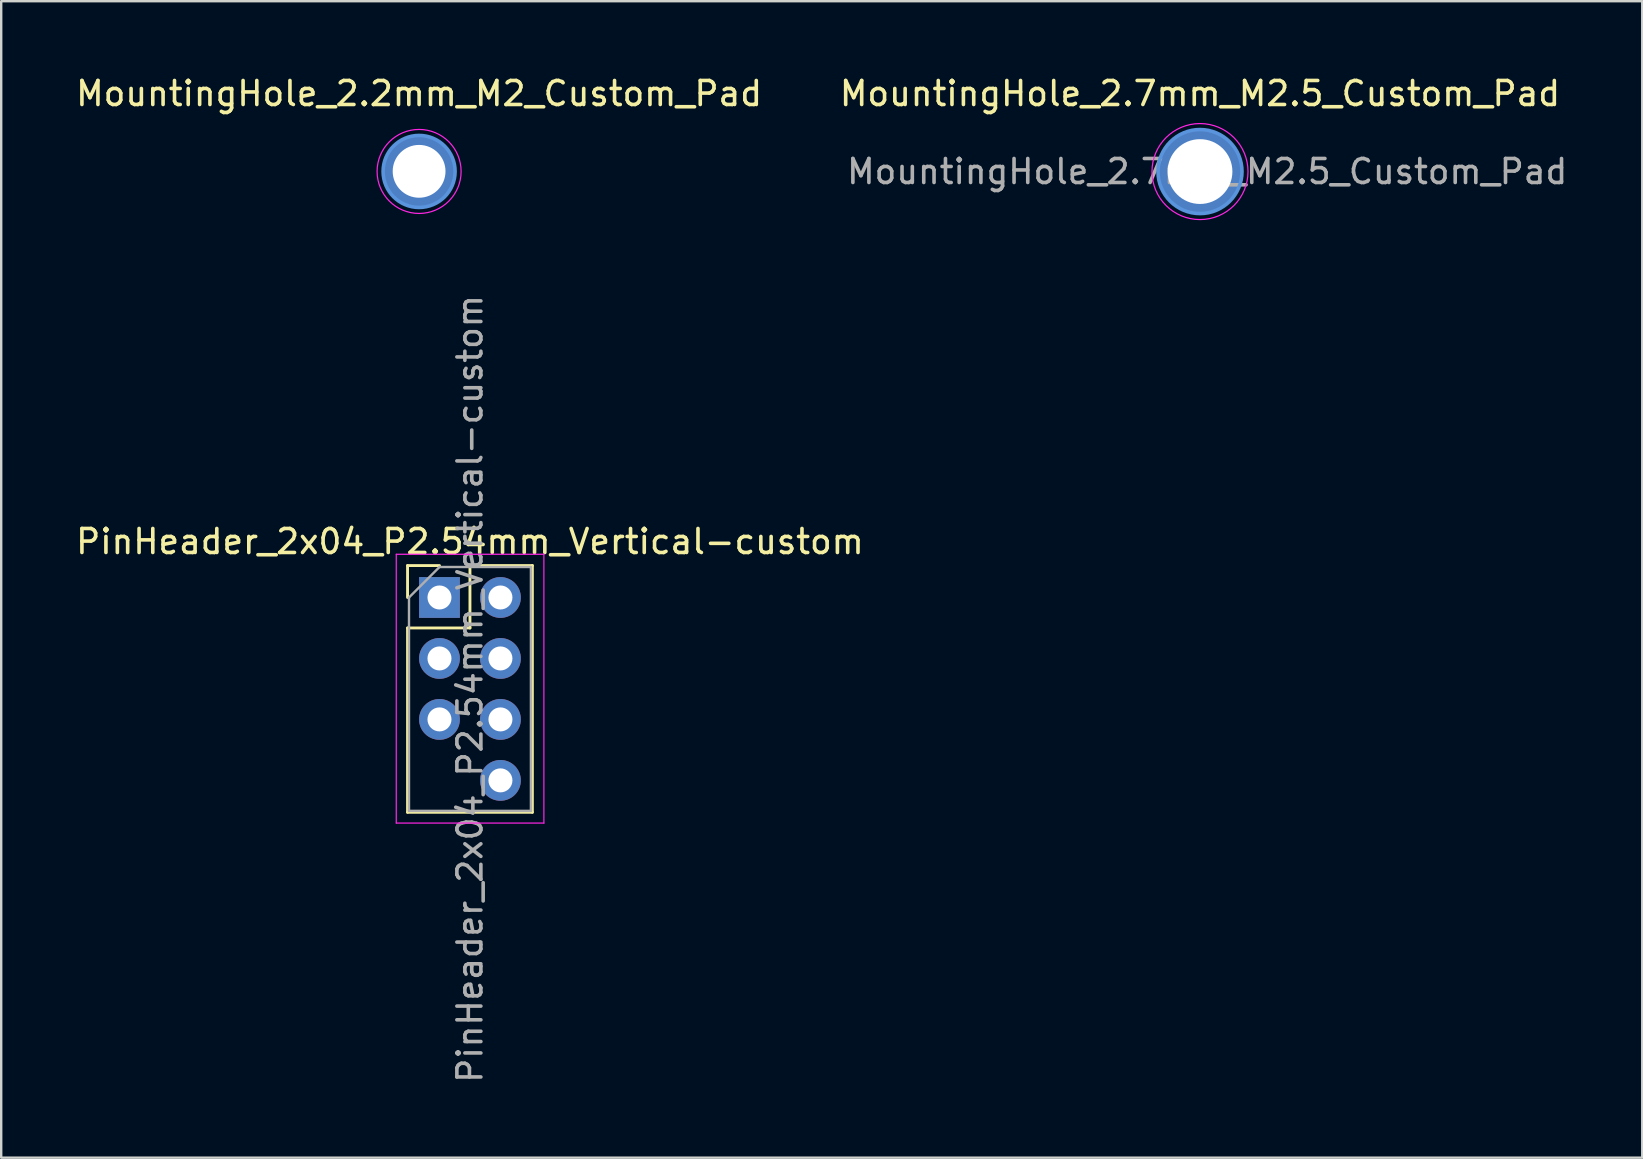
<source format=kicad_pcb>
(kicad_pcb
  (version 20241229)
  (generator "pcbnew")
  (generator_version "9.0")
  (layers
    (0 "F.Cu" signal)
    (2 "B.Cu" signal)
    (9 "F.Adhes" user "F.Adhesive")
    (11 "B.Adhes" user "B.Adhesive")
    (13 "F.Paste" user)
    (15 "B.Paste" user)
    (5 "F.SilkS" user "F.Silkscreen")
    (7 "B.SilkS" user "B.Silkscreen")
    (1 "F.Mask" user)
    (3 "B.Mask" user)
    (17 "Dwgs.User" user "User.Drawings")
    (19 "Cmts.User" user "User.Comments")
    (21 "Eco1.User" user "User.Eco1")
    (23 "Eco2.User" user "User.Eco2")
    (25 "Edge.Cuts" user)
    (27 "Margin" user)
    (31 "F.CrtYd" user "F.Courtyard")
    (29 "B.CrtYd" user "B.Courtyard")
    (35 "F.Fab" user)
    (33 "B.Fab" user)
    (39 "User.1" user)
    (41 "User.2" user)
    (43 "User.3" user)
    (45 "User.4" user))
  (footprint "MountingHole_2.2mm_M2_Custom_Pad"
    (layer "F.Cu")
    (at 14.411 4.093)
    (property "Reference" "MountingHole_2.2mm_M2_Custom_Pad" (at 0 -3.245 0) (layer "F.SilkS") (effects (font (size 1 1) (thickness 0.15))))
    (attr exclude_from_pos_files exclude_from_bom)
    (fp_circle (center 0 0) (end 1.5 0) (stroke (width 0.15) (type solid)) (fill no) (layer "Cmts.User"))
    (fp_circle (center 0 0) (end 1.75 0) (stroke (width 0.05) (type solid)) (fill no) (layer "F.CrtYd"))
    (pad "1" thru_hole circle (at 0 -0.005) (size 3 3) (drill 2.2) (layers "*.Cu" "*.Mask")))
  (footprint "PinHeader_2x04_P2.54mm_Vertical-custom"
    (layer "F.Cu")
    (at 15.26 21.843)
    (property "Reference" "PinHeader_2x04_P2.54mm_Vertical-custom" (at 1.27 -2.33 0) (layer "F.SilkS") (effects (font (size 1 1) (thickness 0.15))))
    (attr through_hole)
    (fp_line (start -1.33 -1.33) (end 0 -1.33) (stroke (width 0.12) (type solid)) (layer "F.SilkS"))
    (fp_line (start -1.33 0) (end -1.33 -1.33) (stroke (width 0.12) (type solid)) (layer "F.SilkS"))
    (fp_line (start -1.33 1.27) (end -1.33 8.95) (stroke (width 0.12) (type solid)) (layer "F.SilkS"))
    (fp_line (start -1.33 1.27) (end 1.27 1.27) (stroke (width 0.12) (type solid)) (layer "F.SilkS"))
    (fp_line (start -1.33 8.95) (end 3.87 8.95) (stroke (width 0.12) (type solid)) (layer "F.SilkS"))
    (fp_line (start 1.27 -1.33) (end 3.87 -1.33) (stroke (width 0.12) (type solid)) (layer "F.SilkS"))
    (fp_line (start 1.27 1.27) (end 1.27 -1.33) (stroke (width 0.12) (type solid)) (layer "F.SilkS"))
    (fp_line (start 3.87 -1.33) (end 3.87 8.95) (stroke (width 0.12) (type solid)) (layer "F.SilkS"))
    (fp_line (start -1.8 -1.8) (end -1.8 9.4) (stroke (width 0.05) (type solid)) (layer "F.CrtYd"))
    (fp_line (start -1.8 9.4) (end 4.35 9.4) (stroke (width 0.05) (type solid)) (layer "F.CrtYd"))
    (fp_line (start 4.35 -1.8) (end -1.8 -1.8) (stroke (width 0.05) (type solid)) (layer "F.CrtYd"))
    (fp_line (start 4.35 9.4) (end 4.35 -1.8) (stroke (width 0.05) (type solid)) (layer "F.CrtYd"))
    (fp_line (start -1.27 0) (end 0 -1.27) (stroke (width 0.1) (type solid)) (layer "F.Fab"))
    (fp_line (start -1.27 8.89) (end -1.27 0) (stroke (width 0.1) (type solid)) (layer "F.Fab"))
    (fp_line (start 0 -1.27) (end 3.81 -1.27) (stroke (width 0.1) (type solid)) (layer "F.Fab"))
    (fp_line (start 3.81 -1.27) (end 3.81 8.89) (stroke (width 0.1) (type solid)) (layer "F.Fab"))
    (fp_line (start 3.81 8.89) (end -1.27 8.89) (stroke (width 0.1) (type solid)) (layer "F.Fab"))
    (fp_text user "${REFERENCE}" (at 1.27 3.81 90) (layer "F.Fab") (effects (font (size 1 1) (thickness 0.15))))
    (pad "1" thru_hole rect (at 0 0) (size 1.7 1.7) (drill 1) (layers "*.Cu" "*.Mask"))
    (pad "2" thru_hole oval (at 0 2.54) (size 1.7 1.7) (drill 1) (layers "*.Cu" "*.Mask"))
    (pad "3" thru_hole oval (at 0 5.08) (size 1.7 1.7) (drill 1) (layers "*.Cu" "*.Mask"))
    (pad "4" thru_hole oval (at 2.54 0) (size 1.7 1.7) (drill 1) (layers "*.Cu" "*.Mask"))
    (pad "5" thru_hole oval (at 2.54 2.54) (size 1.7 1.7) (drill 1) (layers "*.Cu" "*.Mask"))
    (pad "6" thru_hole oval (at 2.54 5.08) (size 1.7 1.7) (drill 1) (layers "*.Cu" "*.Mask"))
    (pad "7" thru_hole oval (at 2.54 7.62) (size 1.7 1.7) (drill 1) (layers "*.Cu" "*.Mask")))
  (footprint "MountingHole_2.7mm_M2.5_Custom_Pad"
    (layer "F.Cu")
    (at 46.946 4.098)
    (property "Reference" "MountingHole_2.7mm_M2.5_Custom_Pad" (at 0 -3.25 0) (layer "F.SilkS") (effects (font (size 1 1) (thickness 0.15))))
    (attr exclude_from_pos_files exclude_from_bom)
    (fp_circle (center 0 0) (end 1.75 0) (stroke (width 0.15) (type solid)) (fill no) (layer "Cmts.User"))
    (fp_circle (center 0 0) (end 2 0) (stroke (width 0.05) (type solid)) (fill no) (layer "F.CrtYd"))
    (fp_text user "${REFERENCE}" (at 0.3 0 0) (layer "F.Fab") (effects (font (size 1 1) (thickness 0.15))))
    (pad "1" thru_hole circle (at 0 0) (size 3.5 3.5) (drill 2.7) (layers "*.Cu" "*.Mask")))
  (gr_rect
    (start -3 -3)
    (end 65.371 45.183)
    (stroke (width 0.1) (type default))
    (fill no)
    (layer "Edge.Cuts")))
</source>
